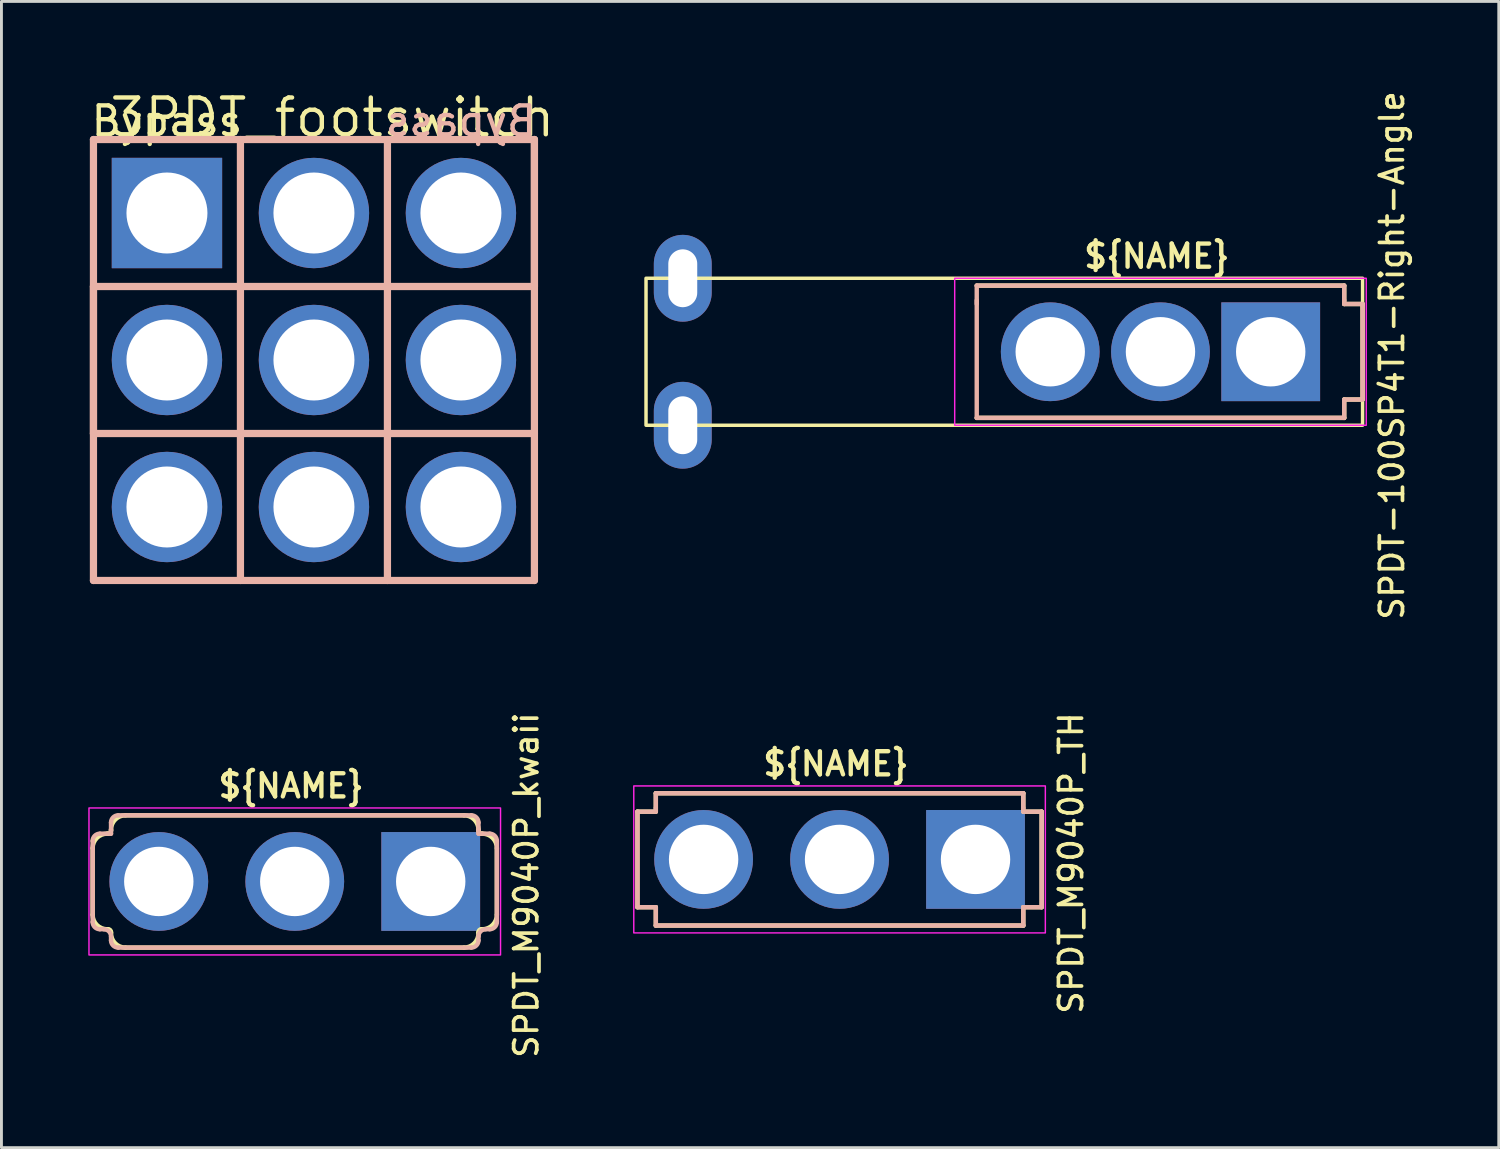
<source format=kicad_pcb>
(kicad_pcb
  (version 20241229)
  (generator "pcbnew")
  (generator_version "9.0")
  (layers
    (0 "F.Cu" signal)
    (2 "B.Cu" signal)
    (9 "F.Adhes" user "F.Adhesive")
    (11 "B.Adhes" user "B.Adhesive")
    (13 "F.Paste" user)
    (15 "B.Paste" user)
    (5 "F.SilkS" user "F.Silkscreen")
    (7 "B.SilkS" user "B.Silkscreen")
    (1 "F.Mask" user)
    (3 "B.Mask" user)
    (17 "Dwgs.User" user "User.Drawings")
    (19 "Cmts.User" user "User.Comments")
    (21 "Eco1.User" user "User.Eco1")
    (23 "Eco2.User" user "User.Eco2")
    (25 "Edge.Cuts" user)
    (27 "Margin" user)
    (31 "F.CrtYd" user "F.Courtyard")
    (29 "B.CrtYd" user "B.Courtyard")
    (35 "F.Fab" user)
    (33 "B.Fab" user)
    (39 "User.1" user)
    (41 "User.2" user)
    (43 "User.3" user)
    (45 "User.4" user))
  (footprint "SPDT-100SP4T1-Right-Angle"
    (layer "F.Cu")
    (at 37.057 9.107)
    (property "Reference" "SPDT-100SP4T1-Right-Angle" (at 8.001 0.127 90) (layer "F.SilkS") (effects (font (size 0.8 0.8) (thickness 0.127))))
    (attr exclude_from_pos_files exclude_from_bom)
    (fp_line (start -6.35 -2.286) (end 6.35 -2.286) (stroke (width 0.152) (type solid)) (layer "F.SilkS"))
    (fp_line (start 6.35 -2.286) (end 6.35 -1.651) (stroke (width 0.152) (type solid)) (layer "F.SilkS"))
    (fp_line (start 6.35 -1.651) (end 6.985 -1.651) (stroke (width 0.152) (type solid)) (layer "F.SilkS"))
    (fp_line (start 6.35 1.651) (end 6.35 2.286) (stroke (width 0.152) (type solid)) (layer "F.SilkS"))
    (fp_line (start 6.35 2.286) (end -6.35 2.286) (stroke (width 0.152) (type solid)) (layer "F.SilkS"))
    (fp_line (start 6.985 -1.651) (end 6.985 1.651) (stroke (width 0.152) (type solid)) (layer "F.SilkS"))
    (fp_line (start 6.985 1.651) (end 6.35 1.651) (stroke (width 0.152) (type solid)) (layer "F.SilkS"))
    (fp_rect (start -17.78 -2.54) (end 6.985 2.54) (stroke (width 0.12) (type solid)) (fill no) (layer "F.SilkS"))
    (fp_line (start -6.35 -2.286) (end -6.35 2.286) (stroke (width 0.152) (type solid)) (layer "B.SilkS"))
    (fp_line (start -6.35 -1.778) (end -6.35 -1.651) (stroke (width 0.152) (type solid)) (layer "B.SilkS"))
    (fp_line (start -6.35 2.286) (end 6.35 2.286) (stroke (width 0.152) (type solid)) (layer "B.SilkS"))
    (fp_line (start 0 -0.635) (end 0 0.635) (stroke (width 0.127) (type solid)) (layer "B.SilkS"))
    (fp_line (start 0.635 0) (end -0.635 0) (stroke (width 0.127) (type solid)) (layer "B.SilkS"))
    (fp_line (start 6.35 -2.286) (end -6.35 -2.286) (stroke (width 0.152) (type solid)) (layer "B.SilkS"))
    (fp_line (start 6.35 -1.778) (end 6.35 -2.286) (stroke (width 0.152) (type solid)) (layer "B.SilkS"))
    (fp_line (start 6.35 -1.651) (end 6.35 -1.778) (stroke (width 0.152) (type solid)) (layer "B.SilkS"))
    (fp_line (start 6.35 1.651) (end 6.985 1.651) (stroke (width 0.152) (type solid)) (layer "B.SilkS"))
    (fp_line (start 6.35 2.286) (end 6.35 1.651) (stroke (width 0.152) (type solid)) (layer "B.SilkS"))
    (fp_line (start 6.985 -1.651) (end 6.35 -1.651) (stroke (width 0.152) (type solid)) (layer "B.SilkS"))
    (fp_line (start 6.985 1.651) (end 6.985 -1.651) (stroke (width 0.152) (type solid)) (layer "B.SilkS"))
    (fp_rect (start -7.112 -2.54) (end 7.112 2.54) (stroke (width 0.05) (type solid)) (fill no) (layer "F.CrtYd"))
    (fp_text user "${NAME}" (at -0.127 -3.302 0) (layer "F.SilkS") (effects (font (size 0.8 0.8) (thickness 0.15))))
    (pad "1" thru_hole rect (at 3.81 0) (size 3.414 3.414) (drill 2.398) (layers "*.Cu" "*.Mask"))
    (pad "2" thru_hole circle (at 0 0) (size 3.414 3.414) (drill 2.398) (layers "*.Cu" "*.Mask"))
    (pad "3" thru_hole circle (at -3.81 0) (size 3.414 3.414) (drill 2.398) (layers "*.Cu" "*.Mask"))
    (pad "4" thru_hole oval (at -16.51 -2.54) (size 2 3) (drill oval 1 2) (layers "*.Cu" "*.Mask"))
    (pad "5" thru_hole oval (at -16.51 2.54) (size 2 3) (drill oval 1 2) (layers "*.Cu" "*.Mask")))
  (footprint "3PDT_footswitch"
    (layer "F.Cu")
    (at 7.8 9.392)
    (property "Reference" "3PDT_footswitch" (at 0.635 -8.382 0) (layer "F.SilkS") (effects (font (size 1.27 1.27) (thickness 0.152))))
    (attr exclude_from_pos_files exclude_from_bom)
    (fp_line (start -7.62 -7.62) (end 7.62 -7.62) (stroke (width 0.152) (type solid)) (layer "F.SilkS"))
    (fp_line (start -7.62 7.62) (end -7.62 -7.62) (stroke (width 0.152) (type solid)) (layer "F.SilkS"))
    (fp_line (start 7.62 -7.62) (end 7.62 7.62) (stroke (width 0.152) (type solid)) (layer "F.SilkS"))
    (fp_line (start 7.62 7.62) (end -7.62 7.62) (stroke (width 0.152) (type solid)) (layer "F.SilkS"))
    (fp_line (start -7.62 -7.62) (end 7.62 -7.62) (stroke (width 0.25) (type solid)) (layer "B.SilkS"))
    (fp_line (start -7.62 -2.54) (end -7.62 2.54) (stroke (width 0.25) (type solid)) (layer "B.SilkS"))
    (fp_line (start -7.62 2.54) (end 7.62 2.54) (stroke (width 0.25) (type solid)) (layer "B.SilkS"))
    (fp_line (start -7.62 7.62) (end -7.62 -7.62) (stroke (width 0.25) (type solid)) (layer "B.SilkS"))
    (fp_line (start -2.54 -7.62) (end -2.54 7.62) (stroke (width 0.25) (type solid)) (layer "B.SilkS"))
    (fp_line (start 2.54 -7.62) (end 2.54 7.62) (stroke (width 0.25) (type solid)) (layer "B.SilkS"))
    (fp_line (start 7.62 -7.62) (end 7.62 -2.54) (stroke (width 0.25) (type solid)) (layer "B.SilkS"))
    (fp_line (start 7.62 -7.62) (end 7.62 7.62) (stroke (width 0.25) (type solid)) (layer "B.SilkS"))
    (fp_line (start 7.62 -2.54) (end -7.62 -2.54) (stroke (width 0.25) (type solid)) (layer "B.SilkS"))
    (fp_line (start 7.62 7.62) (end -7.62 7.62) (stroke (width 0.25) (type solid)) (layer "B.SilkS"))
    (fp_text user "Bypass" (at -5.08 -8.255 0) (layer "F.SilkS") (effects (font (size 1 1) (thickness 0.15))))
    (fp_text user "Bypass" (at 5.08 -8.255 0) (layer "B.SilkS") (effects (font (size 1 1) (thickness 0.15)) (justify mirror)))
    (pad "A1" thru_hole rect (at -5.08 -5.08) (size 3.815 3.815) (drill 2.799) (layers "*.Cu" "*.Paste" "*.Mask"))
    (pad "A2" thru_hole circle (at -5.08 0) (size 3.815 3.815) (drill 2.799) (layers "*.Cu" "*.Paste" "*.Mask"))
    (pad "A3" thru_hole circle (at -5.08 5.08) (size 3.815 3.815) (drill 2.799) (layers "*.Cu" "*.Paste" "*.Mask"))
    (pad "B1" thru_hole circle (at 0 -5.08) (size 3.815 3.815) (drill 2.799) (layers "*.Cu" "*.Paste" "*.Mask"))
    (pad "B2" thru_hole circle (at 0 0) (size 3.815 3.815) (drill 2.799) (layers "*.Cu" "*.Paste" "*.Mask"))
    (pad "B3" thru_hole circle (at 0 5.08) (size 3.815 3.815) (drill 2.799) (layers "*.Cu" "*.Paste" "*.Mask"))
    (pad "C1" thru_hole circle (at 5.08 -5.08) (size 3.815 3.815) (drill 2.799) (layers "*.Cu" "*.Paste" "*.Mask"))
    (pad "C2" thru_hole circle (at 5.08 0) (size 3.815 3.815) (drill 2.799) (layers "*.Cu" "*.Paste" "*.Mask"))
    (pad "C3" thru_hole circle (at 5.08 5.08) (size 3.815 3.815) (drill 2.799) (layers "*.Cu" "*.Paste" "*.Mask")))
  (footprint "SPDT_M9040P_TH"
    (layer "F.Cu")
    (at 25.966 26.652)
    (property "Reference" "SPDT_M9040P_TH" (at 8.001 0.127 90) (layer "F.SilkS") (effects (font (size 0.8 0.8) (thickness 0.127))))
    (attr exclude_from_pos_files exclude_from_bom)
    (fp_line (start -6.985 -1.651) (end -6.35 -1.651) (stroke (width 0.152) (type solid)) (layer "F.SilkS"))
    (fp_line (start -6.985 1.651) (end -6.985 -1.651) (stroke (width 0.152) (type solid)) (layer "F.SilkS"))
    (fp_line (start -6.35 -2.286) (end 6.35 -2.286) (stroke (width 0.152) (type solid)) (layer "F.SilkS"))
    (fp_line (start -6.35 -1.651) (end -6.35 -2.286) (stroke (width 0.152) (type solid)) (layer "F.SilkS"))
    (fp_line (start -6.35 1.651) (end -6.985 1.651) (stroke (width 0.152) (type solid)) (layer "F.SilkS"))
    (fp_line (start -6.35 2.286) (end -6.35 1.651) (stroke (width 0.152) (type solid)) (layer "F.SilkS"))
    (fp_line (start 6.35 -2.286) (end 6.35 -1.651) (stroke (width 0.152) (type solid)) (layer "F.SilkS"))
    (fp_line (start 6.35 -1.651) (end 6.985 -1.651) (stroke (width 0.152) (type solid)) (layer "F.SilkS"))
    (fp_line (start 6.35 1.651) (end 6.35 2.286) (stroke (width 0.152) (type solid)) (layer "F.SilkS"))
    (fp_line (start 6.35 2.286) (end -6.35 2.286) (stroke (width 0.152) (type solid)) (layer "F.SilkS"))
    (fp_line (start 6.985 -1.651) (end 6.985 1.651) (stroke (width 0.152) (type solid)) (layer "F.SilkS"))
    (fp_line (start 6.985 1.651) (end 6.35 1.651) (stroke (width 0.152) (type solid)) (layer "F.SilkS"))
    (fp_line (start -6.985 -1.651) (end -6.985 1.651) (stroke (width 0.152) (type solid)) (layer "B.SilkS"))
    (fp_line (start -6.985 1.651) (end -6.35 1.651) (stroke (width 0.152) (type solid)) (layer "B.SilkS"))
    (fp_line (start -6.35 -2.286) (end -6.35 -1.778) (stroke (width 0.152) (type solid)) (layer "B.SilkS"))
    (fp_line (start -6.35 -1.778) (end -6.35 -1.651) (stroke (width 0.152) (type solid)) (layer "B.SilkS"))
    (fp_line (start -6.35 -1.651) (end -6.985 -1.651) (stroke (width 0.152) (type solid)) (layer "B.SilkS"))
    (fp_line (start -6.35 1.651) (end -6.35 2.286) (stroke (width 0.152) (type solid)) (layer "B.SilkS"))
    (fp_line (start -6.35 2.286) (end 6.35 2.286) (stroke (width 0.152) (type solid)) (layer "B.SilkS"))
    (fp_line (start 0 -0.635) (end 0 0.635) (stroke (width 0.127) (type solid)) (layer "B.SilkS"))
    (fp_line (start 0.635 0) (end -0.635 0) (stroke (width 0.127) (type solid)) (layer "B.SilkS"))
    (fp_line (start 6.35 -2.286) (end -6.35 -2.286) (stroke (width 0.152) (type solid)) (layer "B.SilkS"))
    (fp_line (start 6.35 -1.778) (end 6.35 -2.286) (stroke (width 0.152) (type solid)) (layer "B.SilkS"))
    (fp_line (start 6.35 -1.651) (end 6.35 -1.778) (stroke (width 0.152) (type solid)) (layer "B.SilkS"))
    (fp_line (start 6.35 1.651) (end 6.985 1.651) (stroke (width 0.152) (type solid)) (layer "B.SilkS"))
    (fp_line (start 6.35 2.286) (end 6.35 1.651) (stroke (width 0.152) (type solid)) (layer "B.SilkS"))
    (fp_line (start 6.985 -1.651) (end 6.35 -1.651) (stroke (width 0.152) (type solid)) (layer "B.SilkS"))
    (fp_line (start 6.985 1.651) (end 6.985 -1.651) (stroke (width 0.152) (type solid)) (layer "B.SilkS"))
    (fp_rect (start -7.112 -2.54) (end 7.112 2.54) (stroke (width 0.05) (type solid)) (fill no) (layer "F.CrtYd"))
    (fp_text user "${NAME}" (at -0.127 -3.302 0) (layer "F.SilkS") (effects (font (size 0.8 0.8) (thickness 0.15))))
    (pad "1" thru_hole rect (at 4.699 0) (size 3.414 3.414) (drill 2.398) (layers "*.Cu" "*.Paste" "*.Mask"))
    (pad "2" thru_hole circle (at 0 0) (size 3.414 3.414) (drill 2.398) (layers "*.Cu" "*.Paste" "*.Mask"))
    (pad "3" thru_hole circle (at -4.699 0) (size 3.414 3.414) (drill 2.398) (layers "*.Cu" "*.Paste" "*.Mask")))
  (footprint "SPDT_M9040P_kwaii"
    (layer "F.Cu")
    (at 7.137 27.414)
    (property "Reference" "SPDT_M9040P_kwaii" (at 8.001 0.127 90) (layer "F.SilkS") (effects (font (size 0.8 0.8) (thickness 0.127))))
    (attr exclude_from_pos_files exclude_from_bom)
    (fp_line (start -6.985 1.151) (end -6.985 -1.151) (stroke (width 0.152) (type solid)) (layer "F.SilkS"))
    (fp_line (start -6.485 -1.651) (end -6.45 -1.651) (stroke (width 0.152) (type solid)) (layer "F.SilkS"))
    (fp_line (start -6.45 1.651) (end -6.485 1.651) (stroke (width 0.152) (type solid)) (layer "F.SilkS"))
    (fp_line (start -6.35 -1.751) (end -6.35 -1.786) (stroke (width 0.152) (type solid)) (layer "F.SilkS"))
    (fp_line (start -6.35 1.786) (end -6.35 1.751) (stroke (width 0.152) (type solid)) (layer "F.SilkS"))
    (fp_line (start -5.85 -2.286) (end 5.85 -2.286) (stroke (width 0.152) (type solid)) (layer "F.SilkS"))
    (fp_line (start 5.85 2.286) (end -5.85 2.286) (stroke (width 0.152) (type solid)) (layer "F.SilkS"))
    (fp_line (start 6.35 -1.786) (end 6.35 -1.751) (stroke (width 0.152) (type solid)) (layer "F.SilkS"))
    (fp_line (start 6.35 1.751) (end 6.35 1.786) (stroke (width 0.152) (type solid)) (layer "F.SilkS"))
    (fp_line (start 6.45 -1.651) (end 6.485 -1.651) (stroke (width 0.152) (type solid)) (layer "F.SilkS"))
    (fp_line (start 6.485 1.651) (end 6.45 1.651) (stroke (width 0.152) (type solid)) (layer "F.SilkS"))
    (fp_line (start 6.985 -1.151) (end 6.985 1.151) (stroke (width 0.152) (type solid)) (layer "F.SilkS"))
    (fp_arc (start -6.985 -1.151) (mid -6.838553 -1.504553) (end -6.485 -1.651) (stroke (width 0.1524) (type default)) (layer "F.SilkS"))
    (fp_arc (start -6.485 1.651) (mid -6.838553 1.504553) (end -6.985 1.151) (stroke (width 0.1524) (type default)) (layer "F.SilkS"))
    (fp_arc (start -6.45 1.651) (mid -6.379289 1.680289) (end -6.35 1.751) (stroke (width 0.1524) (type default)) (layer "F.SilkS"))
    (fp_arc (start -6.35 -1.786) (mid -6.203553 -2.139553) (end -5.85 -2.286) (stroke (width 0.1524) (type default)) (layer "F.SilkS"))
    (fp_arc (start -6.35 -1.751) (mid -6.379289 -1.680289) (end -6.45 -1.651) (stroke (width 0.1524) (type default)) (layer "F.SilkS"))
    (fp_arc (start -5.85 2.286) (mid -6.203553 2.139553) (end -6.35 1.786) (stroke (width 0.1524) (type default)) (layer "F.SilkS"))
    (fp_arc (start 5.85 -2.286) (mid 6.203553 -2.139553) (end 6.35 -1.786) (stroke (width 0.1524) (type default)) (layer "F.SilkS"))
    (fp_arc (start 6.35 1.751) (mid 6.379289 1.680289) (end 6.45 1.651) (stroke (width 0.1524) (type default)) (layer "F.SilkS"))
    (fp_arc (start 6.35 1.786) (mid 6.203553 2.139553) (end 5.85 2.286) (stroke (width 0.1524) (type default)) (layer "F.SilkS"))
    (fp_arc (start 6.45 -1.651) (mid 6.379289 -1.680289) (end 6.35 -1.751) (stroke (width 0.1524) (type default)) (layer "F.SilkS"))
    (fp_arc (start 6.485 -1.651) (mid 6.838553 -1.504553) (end 6.985 -1.151) (stroke (width 0.1524) (type default)) (layer "F.SilkS"))
    (fp_arc (start 6.985 1.151) (mid 6.838553 1.504553) (end 6.485 1.651) (stroke (width 0.1524) (type default)) (layer "F.SilkS"))
    (fp_line (start -6.985 -1.401) (end -6.985 1.401) (stroke (width 0.152) (type solid)) (layer "B.SilkS"))
    (fp_line (start -6.735 1.651) (end -6.6 1.651) (stroke (width 0.152) (type solid)) (layer "B.SilkS"))
    (fp_line (start -6.35 -2.036) (end -6.35 -1.778) (stroke (width 0.152) (type solid)) (layer "B.SilkS"))
    (fp_line (start -6.35 -1.778) (end -6.35 -1.651) (stroke (width 0.152) (type solid)) (layer "B.SilkS"))
    (fp_line (start -6.35 -1.651) (end -6.735 -1.651) (stroke (width 0.152) (type solid)) (layer "B.SilkS"))
    (fp_line (start -6.35 1.901) (end -6.35 2.036) (stroke (width 0.152) (type solid)) (layer "B.SilkS"))
    (fp_line (start -6.1 2.286) (end 6.1 2.286) (stroke (width 0.152) (type solid)) (layer "B.SilkS"))
    (fp_line (start 0 -0.635) (end 0 0.635) (stroke (width 0.127) (type solid)) (layer "B.SilkS"))
    (fp_line (start 0.635 0) (end -0.635 0) (stroke (width 0.127) (type solid)) (layer "B.SilkS"))
    (fp_line (start 6.1 -2.286) (end -6.1 -2.286) (stroke (width 0.152) (type solid)) (layer "B.SilkS"))
    (fp_line (start 6.35 -1.778) (end 6.35 -2.036) (stroke (width 0.152) (type solid)) (layer "B.SilkS"))
    (fp_line (start 6.35 -1.651) (end 6.35 -1.778) (stroke (width 0.152) (type solid)) (layer "B.SilkS"))
    (fp_line (start 6.35 2.036) (end 6.35 1.901) (stroke (width 0.152) (type solid)) (layer "B.SilkS"))
    (fp_line (start 6.6 1.651) (end 6.735 1.651) (stroke (width 0.152) (type solid)) (layer "B.SilkS"))
    (fp_line (start 6.735 -1.651) (end 6.35 -1.651) (stroke (width 0.152) (type solid)) (layer "B.SilkS"))
    (fp_line (start 6.985 1.401) (end 6.985 -1.401) (stroke (width 0.152) (type solid)) (layer "B.SilkS"))
    (fp_arc (start -6.985 -1.401) (mid -6.911777 -1.577777) (end -6.735 -1.651) (stroke (width 0.1524) (type default)) (layer "B.SilkS"))
    (fp_arc (start -6.735 1.651) (mid -6.911777 1.577777) (end -6.985 1.401) (stroke (width 0.1524) (type default)) (layer "B.SilkS"))
    (fp_arc (start -6.6 1.651) (mid -6.423223 1.724223) (end -6.35 1.901) (stroke (width 0.1524) (type default)) (layer "B.SilkS"))
    (fp_arc (start -6.35 -2.036) (mid -6.276777 -2.212777) (end -6.1 -2.286) (stroke (width 0.1524) (type default)) (layer "B.SilkS"))
    (fp_arc (start -6.1 2.286) (mid -6.276777 2.212777) (end -6.35 2.036) (stroke (width 0.1524) (type default)) (layer "B.SilkS"))
    (fp_arc (start 6.1 -2.286) (mid 6.276777 -2.212777) (end 6.35 -2.036) (stroke (width 0.1524) (type default)) (layer "B.SilkS"))
    (fp_arc (start 6.35 1.901) (mid 6.423223 1.724223) (end 6.6 1.651) (stroke (width 0.1524) (type default)) (layer "B.SilkS"))
    (fp_arc (start 6.35 2.036) (mid 6.276777 2.212777) (end 6.1 2.286) (stroke (width 0.1524) (type default)) (layer "B.SilkS"))
    (fp_arc (start 6.735 -1.651) (mid 6.911777 -1.577777) (end 6.985 -1.401) (stroke (width 0.1524) (type default)) (layer "B.SilkS"))
    (fp_arc (start 6.985 1.401) (mid 6.911777 1.577777) (end 6.735 1.651) (stroke (width 0.1524) (type default)) (layer "B.SilkS"))
    (fp_rect (start -7.112 -2.54) (end 7.112 2.54) (stroke (width 0.05) (type solid)) (fill no) (layer "F.CrtYd"))
    (fp_text user "${NAME}" (at -0.127 -3.302 0) (layer "F.SilkS") (effects (font (size 0.8 0.8) (thickness 0.15))))
    (pad "1" thru_hole rect (at 4.699 0) (size 3.414 3.414) (drill 2.398) (layers "*.Cu" "*.Paste" "*.Mask"))
    (pad "2" thru_hole circle (at 0 0) (size 3.414 3.414) (drill 2.398) (layers "*.Cu" "*.Paste" "*.Mask"))
    (pad "3" thru_hole circle (at -4.699 0) (size 3.414 3.414) (drill 2.398) (layers "*.Cu" "*.Paste" "*.Mask")))
  (gr_rect
    (start -3 -3)
    (end 48.749 36.613)
    (stroke (width 0.1) (type default))
    (fill no)
    (layer "Edge.Cuts")))
</source>
